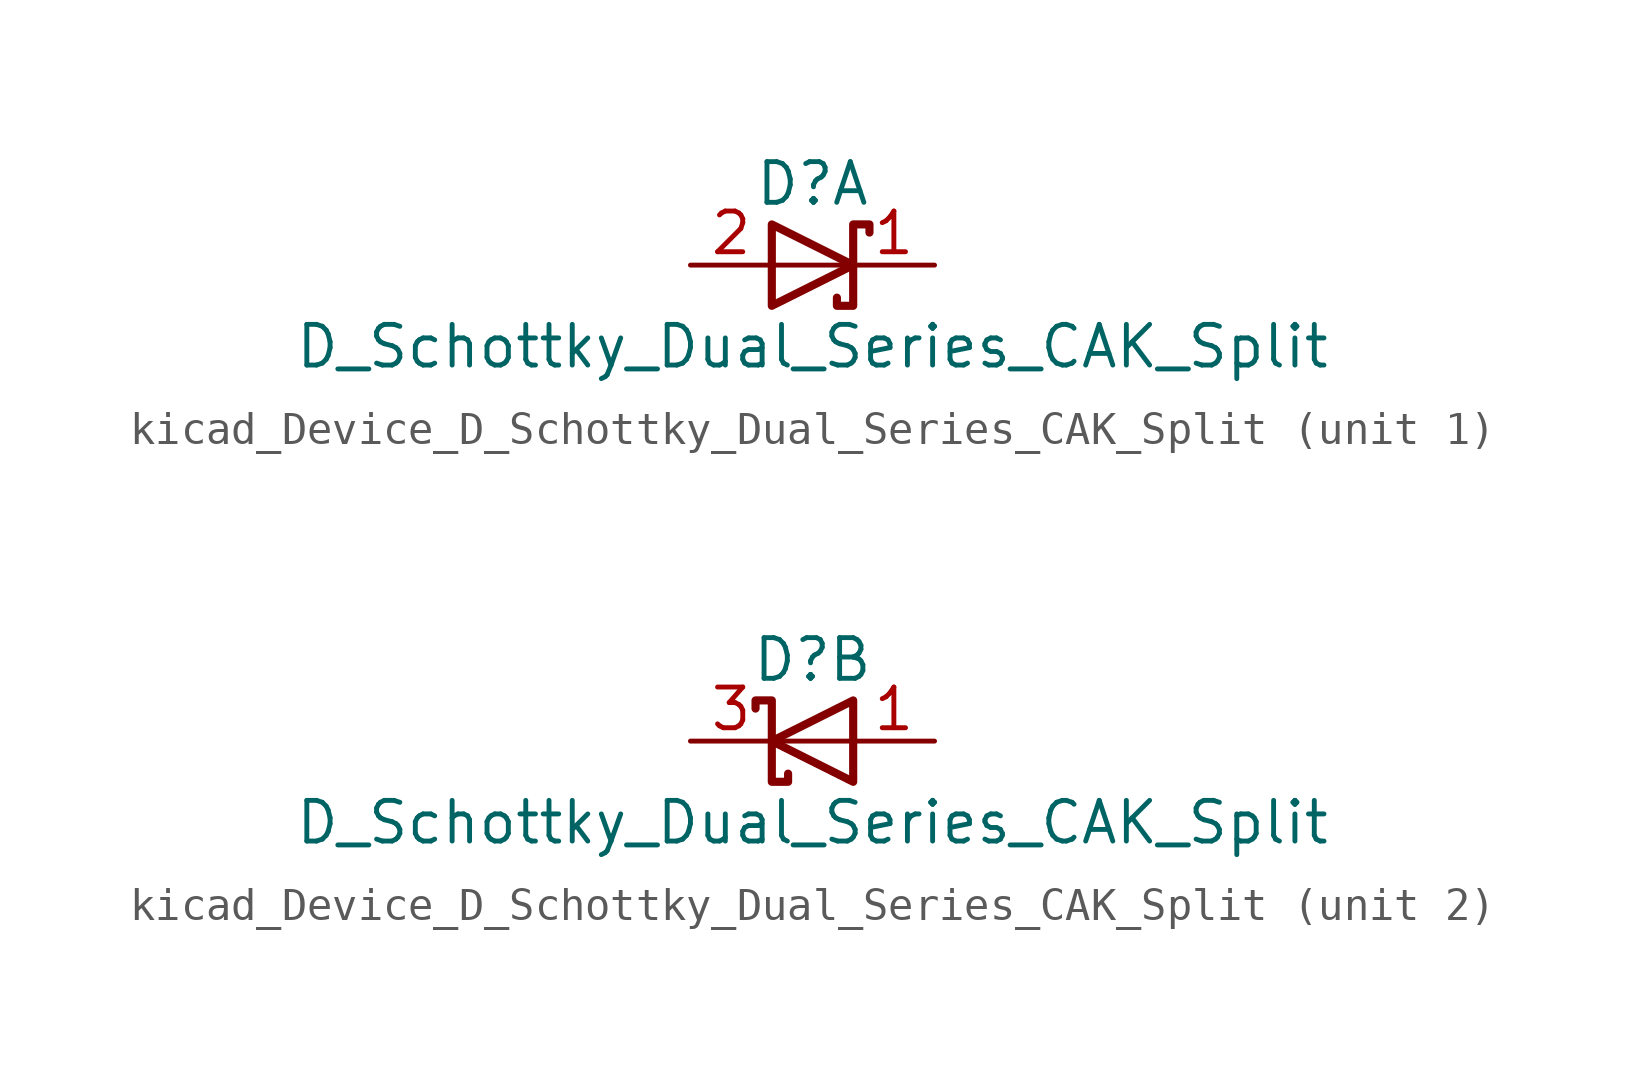
<source format=kicad_sym>
(kicad_symbol_lib
  (version 20220914)
  (generator kicad_symbol_editor)
  (symbol "kicad_Device_D_Schottky_Dual_Series_CAK_Split"
    (pin_names
      (offset 0.762) hide)
    (property "Reference" "D"
      (at 0 2.54 0)
      (effects (font (size 1.27 1.27))))
    (property "Value" "D_Schottky_Dual_Series_CAK_Split"
      (at 0 -2.54 0)
      (effects (font (size 1.27 1.27))))
    (property "ki_locked" ""
      (at 0 0 0)
      (effects (font (size 1.27 1.27))))
    (symbol "kicad_Device_D_Schottky_Dual_Series_CAK_Split_0_1"
      (pin passive line (at 3.81 0 180) (length 2.54) (name "K" (effects (font (size 1.27 1.27)))) (number "1" (effects (font (size 1.27 1.27))))))
    (symbol "kicad_Device_D_Schottky_Dual_Series_CAK_Split_1_1"
      (polyline (pts (xy 1.27 0) (xy -1.27 0)) (stroke (width 0) (type default)) (fill (type none)))
      (polyline (pts (xy -1.27 1.27) (xy 1.27 0) (xy -1.27 -1.27) (xy -1.27 1.27) (xy -1.27 1.27) (xy -1.27 1.27)) (stroke (width 0.254) (type default)) (fill (type none)))
      (polyline (pts (xy 1.778 1.016) (xy 1.778 1.27) (xy 1.27 1.27) (xy 1.27 -1.27) (xy 0.762 -1.27) (xy 0.762 -1.016)) (stroke (width 0.254) (type default)) (fill (type none)))
      (pin passive line (at -3.81 0 0) (length 2.54) (name "A" (effects (font (size 1.27 1.27)))) (number "2" (effects (font (size 1.27 1.27))))))
    (symbol "kicad_Device_D_Schottky_Dual_Series_CAK_Split_2_1"
      (polyline (pts (xy -1.27 0) (xy 1.27 0)) (stroke (width 0) (type default)) (fill (type none)))
      (polyline (pts (xy -1.778 1.016) (xy -1.778 1.27) (xy -1.27 1.27) (xy -1.27 -1.27) (xy -0.762 -1.27) (xy -0.762 -1.016)) (stroke (width 0.254) (type default)) (fill (type none)))
      (polyline (pts (xy 1.27 1.27) (xy -1.27 0) (xy 1.27 -1.27) (xy 1.27 1.27) (xy 1.27 1.27) (xy 1.27 1.27)) (stroke (width 0.254) (type default)) (fill (type none)))
      (pin passive line (at -3.81 0 0) (length 2.54) (name "K" (effects (font (size 1.27 1.27)))) (number "3" (effects (font (size 1.27 1.27))))))))
</source>
